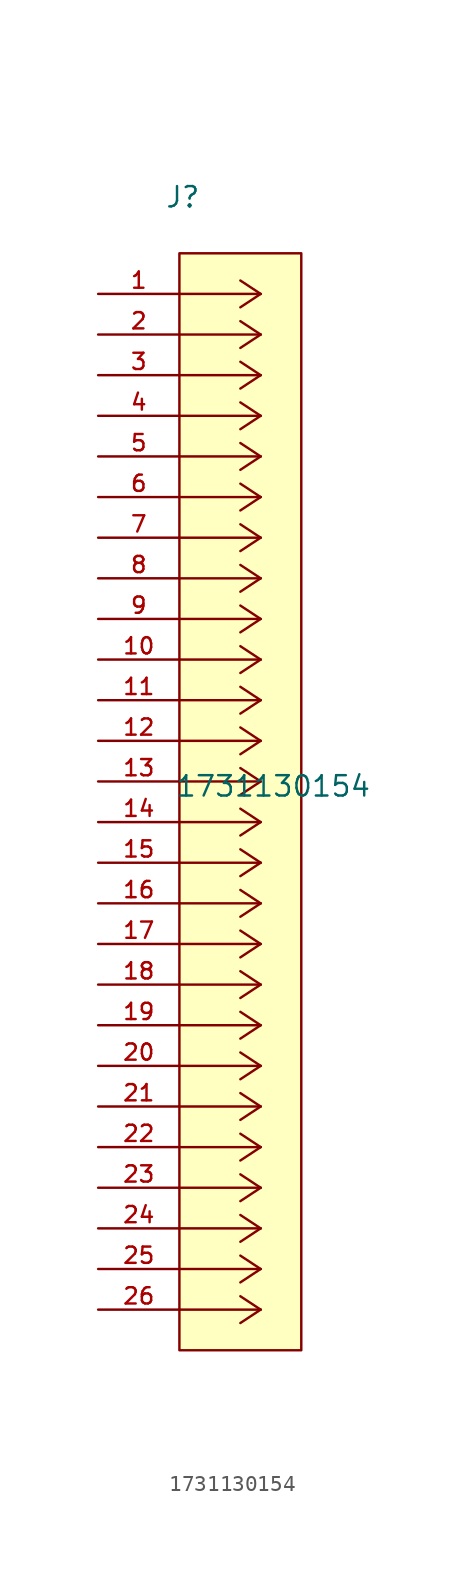
<source format=kicad_sym>
(kicad_symbol_lib
  (version 20211014)
  (generator kicad_symbol_editor)
  (symbol "1731130154"
    (pin_names
      (offset 1.016))
    (property "Reference" "J"
      (at 4.166 5.309 0.0)
      (effects (font (size 1.27 1.27)) (justify bottom left)))
    (property "Value" "1731130154"
      (at 4.801 -31.521 0.0)
      (effects (font (size 1.27 1.27)) (justify bottom left)))
    (symbol "1731130154_0_0"
      (polyline (pts (xy 10.16 0.0) (xy 5.08 0.0)) (stroke (width 0.152)))
      (polyline (pts (xy 10.16 -2.54) (xy 5.08 -2.54)) (stroke (width 0.152)))
      (polyline (pts (xy 10.16 -5.08) (xy 5.08 -5.08)) (stroke (width 0.152)))
      (polyline (pts (xy 10.16 -7.62) (xy 5.08 -7.62)) (stroke (width 0.152)))
      (polyline (pts (xy 10.16 -10.16) (xy 5.08 -10.16)) (stroke (width 0.152)))
      (polyline (pts (xy 10.16 -12.7) (xy 5.08 -12.7)) (stroke (width 0.152)))
      (polyline (pts (xy 10.16 -15.24) (xy 5.08 -15.24)) (stroke (width 0.152)))
      (polyline (pts (xy 10.16 -17.78) (xy 5.08 -17.78)) (stroke (width 0.152)))
      (polyline (pts (xy 10.16 -20.32) (xy 5.08 -20.32)) (stroke (width 0.152)))
      (polyline (pts (xy 10.16 -22.86) (xy 5.08 -22.86)) (stroke (width 0.152)))
      (polyline (pts (xy 10.16 -25.4) (xy 5.08 -25.4)) (stroke (width 0.152)))
      (polyline (pts (xy 10.16 -27.94) (xy 5.08 -27.94)) (stroke (width 0.152)))
      (polyline (pts (xy 10.16 -30.48) (xy 5.08 -30.48)) (stroke (width 0.152)))
      (polyline (pts (xy 10.16 -33.02) (xy 5.08 -33.02)) (stroke (width 0.152)))
      (polyline (pts (xy 10.16 -35.56) (xy 5.08 -35.56)) (stroke (width 0.152)))
      (polyline (pts (xy 10.16 -38.1) (xy 5.08 -38.1)) (stroke (width 0.152)))
      (polyline (pts (xy 10.16 -40.64) (xy 5.08 -40.64)) (stroke (width 0.152)))
      (polyline (pts (xy 10.16 -43.18) (xy 5.08 -43.18)) (stroke (width 0.152)))
      (polyline (pts (xy 10.16 -45.72) (xy 5.08 -45.72)) (stroke (width 0.152)))
      (polyline (pts (xy 10.16 -48.26) (xy 5.08 -48.26)) (stroke (width 0.152)))
      (polyline (pts (xy 10.16 -50.8) (xy 5.08 -50.8)) (stroke (width 0.152)))
      (polyline (pts (xy 10.16 -53.34) (xy 5.08 -53.34)) (stroke (width 0.152)))
      (polyline (pts (xy 10.16 -55.88) (xy 5.08 -55.88)) (stroke (width 0.152)))
      (polyline (pts (xy 10.16 -58.42) (xy 5.08 -58.42)) (stroke (width 0.152)))
      (polyline (pts (xy 10.16 -60.96) (xy 5.08 -60.96)) (stroke (width 0.152)))
      (polyline (pts (xy 10.16 -63.5) (xy 5.08 -63.5)) (stroke (width 0.152)))
      (polyline (pts (xy 10.16 0.0) (xy 8.89 0.838)) (stroke (width 0.152)))
      (polyline (pts (xy 10.16 -2.54) (xy 8.89 -1.702)) (stroke (width 0.152)))
      (polyline (pts (xy 10.16 -5.08) (xy 8.89 -4.242)) (stroke (width 0.152)))
      (polyline (pts (xy 10.16 -7.62) (xy 8.89 -6.782)) (stroke (width 0.152)))
      (polyline (pts (xy 10.16 -10.16) (xy 8.89 -9.322)) (stroke (width 0.152)))
      (polyline (pts (xy 10.16 -12.7) (xy 8.89 -11.862)) (stroke (width 0.152)))
      (polyline (pts (xy 10.16 -15.24) (xy 8.89 -14.402)) (stroke (width 0.152)))
      (polyline (pts (xy 10.16 -17.78) (xy 8.89 -16.942)) (stroke (width 0.152)))
      (polyline (pts (xy 10.16 -20.32) (xy 8.89 -19.482)) (stroke (width 0.152)))
      (polyline (pts (xy 10.16 -22.86) (xy 8.89 -22.022)) (stroke (width 0.152)))
      (polyline (pts (xy 10.16 -25.4) (xy 8.89 -24.562)) (stroke (width 0.152)))
      (polyline (pts (xy 10.16 -27.94) (xy 8.89 -27.102)) (stroke (width 0.152)))
      (polyline (pts (xy 10.16 -30.48) (xy 8.89 -29.642)) (stroke (width 0.152)))
      (polyline (pts (xy 10.16 -33.02) (xy 8.89 -32.182)) (stroke (width 0.152)))
      (polyline (pts (xy 10.16 -35.56) (xy 8.89 -34.722)) (stroke (width 0.152)))
      (polyline (pts (xy 10.16 -38.1) (xy 8.89 -37.262)) (stroke (width 0.152)))
      (polyline (pts (xy 10.16 -40.64) (xy 8.89 -39.802)) (stroke (width 0.152)))
      (polyline (pts (xy 10.16 -43.18) (xy 8.89 -42.342)) (stroke (width 0.152)))
      (polyline (pts (xy 10.16 -45.72) (xy 8.89 -44.882)) (stroke (width 0.152)))
      (polyline (pts (xy 10.16 -48.26) (xy 8.89 -47.422)) (stroke (width 0.152)))
      (polyline (pts (xy 10.16 -50.8) (xy 8.89 -49.962)) (stroke (width 0.152)))
      (polyline (pts (xy 10.16 -53.34) (xy 8.89 -52.502)) (stroke (width 0.152)))
      (polyline (pts (xy 10.16 -55.88) (xy 8.89 -55.042)) (stroke (width 0.152)))
      (polyline (pts (xy 10.16 -58.42) (xy 8.89 -57.582)) (stroke (width 0.152)))
      (polyline (pts (xy 10.16 -60.96) (xy 8.89 -60.122)) (stroke (width 0.152)))
      (polyline (pts (xy 10.16 -63.5) (xy 8.89 -62.662)) (stroke (width 0.152)))
      (polyline (pts (xy 10.16 0.0) (xy 8.89 -0.838)) (stroke (width 0.152)))
      (polyline (pts (xy 10.16 -2.54) (xy 8.89 -3.378)) (stroke (width 0.152)))
      (polyline (pts (xy 10.16 -5.08) (xy 8.89 -5.918)) (stroke (width 0.152)))
      (polyline (pts (xy 10.16 -7.62) (xy 8.89 -8.458)) (stroke (width 0.152)))
      (polyline (pts (xy 10.16 -10.16) (xy 8.89 -10.998)) (stroke (width 0.152)))
      (polyline (pts (xy 10.16 -12.7) (xy 8.89 -13.538)) (stroke (width 0.152)))
      (polyline (pts (xy 10.16 -15.24) (xy 8.89 -16.078)) (stroke (width 0.152)))
      (polyline (pts (xy 10.16 -17.78) (xy 8.89 -18.618)) (stroke (width 0.152)))
      (polyline (pts (xy 10.16 -20.32) (xy 8.89 -21.158)) (stroke (width 0.152)))
      (polyline (pts (xy 10.16 -22.86) (xy 8.89 -23.698)) (stroke (width 0.152)))
      (polyline (pts (xy 10.16 -25.4) (xy 8.89 -26.238)) (stroke (width 0.152)))
      (polyline (pts (xy 10.16 -27.94) (xy 8.89 -28.778)) (stroke (width 0.152)))
      (polyline (pts (xy 10.16 -30.48) (xy 8.89 -31.318)) (stroke (width 0.152)))
      (polyline (pts (xy 10.16 -33.02) (xy 8.89 -33.858)) (stroke (width 0.152)))
      (polyline (pts (xy 10.16 -35.56) (xy 8.89 -36.398)) (stroke (width 0.152)))
      (polyline (pts (xy 10.16 -38.1) (xy 8.89 -38.938)) (stroke (width 0.152)))
      (polyline (pts (xy 10.16 -40.64) (xy 8.89 -41.478)) (stroke (width 0.152)))
      (polyline (pts (xy 10.16 -43.18) (xy 8.89 -44.018)) (stroke (width 0.152)))
      (polyline (pts (xy 10.16 -45.72) (xy 8.89 -46.558)) (stroke (width 0.152)))
      (polyline (pts (xy 10.16 -48.26) (xy 8.89 -49.098)) (stroke (width 0.152)))
      (polyline (pts (xy 10.16 -50.8) (xy 8.89 -51.638)) (stroke (width 0.152)))
      (polyline (pts (xy 10.16 -53.34) (xy 8.89 -54.178)) (stroke (width 0.152)))
      (polyline (pts (xy 10.16 -55.88) (xy 8.89 -56.718)) (stroke (width 0.152)))
      (polyline (pts (xy 10.16 -58.42) (xy 8.89 -59.258)) (stroke (width 0.152)))
      (polyline (pts (xy 10.16 -60.96) (xy 8.89 -61.798)) (stroke (width 0.152)))
      (polyline (pts (xy 10.16 -63.5) (xy 8.89 -64.338)) (stroke (width 0.152)))
      (rectangle (start 5.08 -66.04) (end 12.7 2.54) (stroke (width 0.152)) (fill (type background)))
      (pin passive line (at 0.0 0.0 0) (length 5.08) (name "~" (effects (font (size 1.016 1.016)))) (number "1" (effects (font (size 1.016 1.016)))))
      (pin passive line (at 0.0 -2.54 0) (length 5.08) (name "~" (effects (font (size 1.016 1.016)))) (number "2" (effects (font (size 1.016 1.016)))))
      (pin passive line (at 0.0 -5.08 0) (length 5.08) (name "~" (effects (font (size 1.016 1.016)))) (number "3" (effects (font (size 1.016 1.016)))))
      (pin passive line (at 0.0 -7.62 0) (length 5.08) (name "~" (effects (font (size 1.016 1.016)))) (number "4" (effects (font (size 1.016 1.016)))))
      (pin passive line (at 0.0 -10.16 0) (length 5.08) (name "~" (effects (font (size 1.016 1.016)))) (number "5" (effects (font (size 1.016 1.016)))))
      (pin passive line (at 0.0 -12.7 0) (length 5.08) (name "~" (effects (font (size 1.016 1.016)))) (number "6" (effects (font (size 1.016 1.016)))))
      (pin passive line (at 0.0 -15.24 0) (length 5.08) (name "~" (effects (font (size 1.016 1.016)))) (number "7" (effects (font (size 1.016 1.016)))))
      (pin passive line (at 0.0 -17.78 0) (length 5.08) (name "~" (effects (font (size 1.016 1.016)))) (number "8" (effects (font (size 1.016 1.016)))))
      (pin passive line (at 0.0 -20.32 0) (length 5.08) (name "~" (effects (font (size 1.016 1.016)))) (number "9" (effects (font (size 1.016 1.016)))))
      (pin passive line (at 0.0 -22.86 0) (length 5.08) (name "~" (effects (font (size 1.016 1.016)))) (number "10" (effects (font (size 1.016 1.016)))))
      (pin passive line (at 0.0 -25.4 0) (length 5.08) (name "~" (effects (font (size 1.016 1.016)))) (number "11" (effects (font (size 1.016 1.016)))))
      (pin passive line (at 0.0 -27.94 0) (length 5.08) (name "~" (effects (font (size 1.016 1.016)))) (number "12" (effects (font (size 1.016 1.016)))))
      (pin passive line (at 0.0 -30.48 0) (length 5.08) (name "~" (effects (font (size 1.016 1.016)))) (number "13" (effects (font (size 1.016 1.016)))))
      (pin passive line (at 0.0 -33.02 0) (length 5.08) (name "~" (effects (font (size 1.016 1.016)))) (number "14" (effects (font (size 1.016 1.016)))))
      (pin passive line (at 0.0 -35.56 0) (length 5.08) (name "~" (effects (font (size 1.016 1.016)))) (number "15" (effects (font (size 1.016 1.016)))))
      (pin passive line (at 0.0 -38.1 0) (length 5.08) (name "~" (effects (font (size 1.016 1.016)))) (number "16" (effects (font (size 1.016 1.016)))))
      (pin passive line (at 0.0 -40.64 0) (length 5.08) (name "~" (effects (font (size 1.016 1.016)))) (number "17" (effects (font (size 1.016 1.016)))))
      (pin passive line (at 0.0 -43.18 0) (length 5.08) (name "~" (effects (font (size 1.016 1.016)))) (number "18" (effects (font (size 1.016 1.016)))))
      (pin passive line (at 0.0 -45.72 0) (length 5.08) (name "~" (effects (font (size 1.016 1.016)))) (number "19" (effects (font (size 1.016 1.016)))))
      (pin passive line (at 0.0 -48.26 0) (length 5.08) (name "~" (effects (font (size 1.016 1.016)))) (number "20" (effects (font (size 1.016 1.016)))))
      (pin passive line (at 0.0 -50.8 0) (length 5.08) (name "~" (effects (font (size 1.016 1.016)))) (number "21" (effects (font (size 1.016 1.016)))))
      (pin passive line (at 0.0 -53.34 0) (length 5.08) (name "~" (effects (font (size 1.016 1.016)))) (number "22" (effects (font (size 1.016 1.016)))))
      (pin passive line (at 0.0 -55.88 0) (length 5.08) (name "~" (effects (font (size 1.016 1.016)))) (number "23" (effects (font (size 1.016 1.016)))))
      (pin passive line (at 0.0 -58.42 0) (length 5.08) (name "~" (effects (font (size 1.016 1.016)))) (number "24" (effects (font (size 1.016 1.016)))))
      (pin passive line (at 0.0 -60.96 0) (length 5.08) (name "~" (effects (font (size 1.016 1.016)))) (number "25" (effects (font (size 1.016 1.016)))))
      (pin passive line (at 0.0 -63.5 0) (length 5.08) (name "~" (effects (font (size 1.016 1.016)))) (number "26" (effects (font (size 1.016 1.016))))))))
</source>
